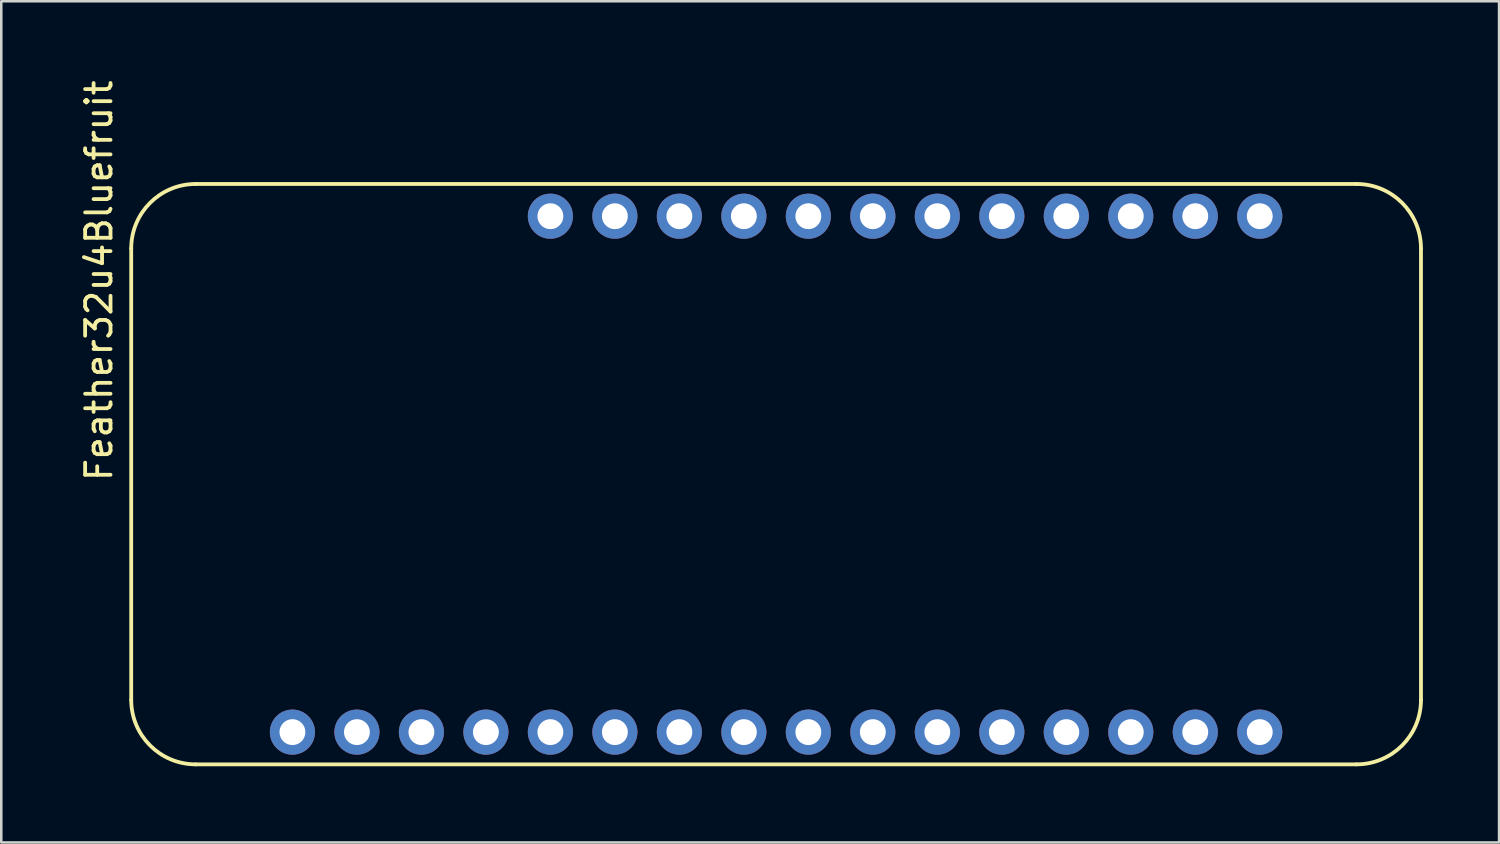
<source format=kicad_pcb>
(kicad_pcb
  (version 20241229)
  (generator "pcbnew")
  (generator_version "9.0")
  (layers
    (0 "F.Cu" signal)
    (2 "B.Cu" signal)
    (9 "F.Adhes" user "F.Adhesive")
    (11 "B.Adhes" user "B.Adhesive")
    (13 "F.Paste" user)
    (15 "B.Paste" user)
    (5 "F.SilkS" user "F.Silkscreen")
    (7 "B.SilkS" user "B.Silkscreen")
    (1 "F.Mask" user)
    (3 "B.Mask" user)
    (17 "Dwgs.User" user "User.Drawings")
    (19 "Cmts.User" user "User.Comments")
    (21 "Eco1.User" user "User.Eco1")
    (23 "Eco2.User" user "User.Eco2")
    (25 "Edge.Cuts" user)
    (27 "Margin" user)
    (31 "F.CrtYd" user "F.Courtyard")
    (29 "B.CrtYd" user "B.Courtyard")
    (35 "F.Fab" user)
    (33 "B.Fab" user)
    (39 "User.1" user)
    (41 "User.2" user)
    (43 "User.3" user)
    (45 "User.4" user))
  (footprint "Feather32u4Bluefruit"
    (layer "F.Cu")
    (at 27.518 15.626)
    (property "Reference" "Feather32u4Bluefruit" (at -26.67 -7.62 90) (layer "F.SilkS") (effects (font (size 1 1) (thickness 0.15))))
    (attr through_hole)
    (fp_line (start -25.4 8.89) (end -25.4 -8.89) (stroke (width 0.15) (type solid)) (layer "F.SilkS"))
    (fp_line (start -22.86 -11.43) (end 22.86 -11.43) (stroke (width 0.15) (type solid)) (layer "F.SilkS"))
    (fp_line (start 22.86 11.43) (end -22.86 11.43) (stroke (width 0.15) (type solid)) (layer "F.SilkS"))
    (fp_line (start 25.4 -8.89) (end 25.4 8.89) (stroke (width 0.15) (type solid)) (layer "F.SilkS"))
    (fp_arc (start -25.4 -8.89) (mid -24.656051 -10.686051) (end -22.86 -11.43) (stroke (width 0.15) (type solid)) (layer "F.SilkS"))
    (fp_arc (start -22.86 11.43) (mid -24.656051 10.686051) (end -25.4 8.89) (stroke (width 0.15) (type solid)) (layer "F.SilkS"))
    (fp_arc (start 22.86 -11.43) (mid 24.656051 -10.686051) (end 25.4 -8.89) (stroke (width 0.15) (type solid)) (layer "F.SilkS"))
    (fp_arc (start 25.4 8.89) (mid 24.656051 10.686051) (end 22.86 11.43) (stroke (width 0.15) (type solid)) (layer "F.SilkS"))
    (fp_line (start -25.4 -3.81) (end -19.05 -3.81) (stroke (width 0.15) (type solid)) (layer "Eco2.User"))
    (fp_line (start -19.05 -3.81) (end -19.05 3.81) (stroke (width 0.15) (type solid)) (layer "Eco2.User"))
    (fp_line (start -19.05 3.81) (end -25.4 3.81) (stroke (width 0.15) (type solid)) (layer "Eco2.User"))
    (fp_line (start -17.272 -11.176) (end -17.272 -9.144) (stroke (width 0.15) (type solid)) (layer "Eco2.User"))
    (fp_line (start -17.272 -9.144) (end -12.192 -9.144) (stroke (width 0.15) (type solid)) (layer "Eco2.User"))
    (fp_line (start -12.192 -11.176) (end -17.272 -11.176) (stroke (width 0.15) (type solid)) (layer "Eco2.User"))
    (fp_line (start -12.192 -9.144) (end -12.192 -11.176) (stroke (width 0.15) (type solid)) (layer "Eco2.User"))
    (fp_circle (center -22.86 -8.89) (end -22.86 -10.795) (stroke (width 0.15) (type solid)) (fill no) (layer "Eco2.User"))
    (fp_circle (center -22.86 8.89) (end -22.86 10.795) (stroke (width 0.15) (type solid)) (fill no) (layer "Eco2.User"))
    (fp_circle (center 22.86 -8.89) (end 22.86 -10.795) (stroke (width 0.15) (type solid)) (fill no) (layer "Eco2.User"))
    (fp_circle (center 22.86 8.89) (end 22.86 10.795) (stroke (width 0.15) (type solid)) (fill no) (layer "Eco2.User"))
    (pad "1" thru_hole circle (at -8.89 -10.16) (size 1.778 1.778) (drill 1.02) (layers "*.Cu" "*.Mask"))
    (pad "2" thru_hole circle (at -6.35 -10.16) (size 1.778 1.778) (drill 1.02) (layers "*.Cu" "*.Mask"))
    (pad "3" thru_hole circle (at -3.81 -10.16) (size 1.778 1.778) (drill 1.02) (layers "*.Cu" "*.Mask"))
    (pad "4" thru_hole circle (at -1.27 -10.16) (size 1.778 1.778) (drill 1.02) (layers "*.Cu" "*.Mask"))
    (pad "5" thru_hole circle (at 1.27 -10.16) (size 1.778 1.778) (drill 1.02) (layers "*.Cu" "*.Mask"))
    (pad "6" thru_hole circle (at 3.81 -10.16) (size 1.778 1.778) (drill 1.02) (layers "*.Cu" "*.Mask"))
    (pad "7" thru_hole circle (at 6.35 -10.16) (size 1.778 1.778) (drill 1.02) (layers "*.Cu" "*.Mask"))
    (pad "8" thru_hole circle (at 8.89 -10.16) (size 1.778 1.778) (drill 1.02) (layers "*.Cu" "*.Mask"))
    (pad "9" thru_hole circle (at 11.43 -10.16) (size 1.778 1.778) (drill 1.02) (layers "*.Cu" "*.Mask"))
    (pad "10" thru_hole circle (at 13.97 -10.16) (size 1.778 1.778) (drill 1.02) (layers "*.Cu" "*.Mask"))
    (pad "11" thru_hole circle (at 16.51 -10.16) (size 1.778 1.778) (drill 1.02) (layers "*.Cu" "*.Mask"))
    (pad "12" thru_hole circle (at 19.05 -10.16) (size 1.778 1.778) (drill 1.02) (layers "*.Cu" "*.Mask"))
    (pad "13" thru_hole circle (at 19.05 10.16) (size 1.778 1.778) (drill 1.02) (layers "*.Cu" "*.Mask"))
    (pad "14" thru_hole circle (at 16.51 10.16) (size 1.778 1.778) (drill 1.02) (layers "*.Cu" "*.Mask"))
    (pad "15" thru_hole circle (at 13.97 10.16) (size 1.778 1.778) (drill 1.02) (layers "*.Cu" "*.Mask"))
    (pad "16" thru_hole circle (at 11.43 10.16) (size 1.778 1.778) (drill 1.02) (layers "*.Cu" "*.Mask"))
    (pad "17" thru_hole circle (at 8.89 10.16) (size 1.778 1.778) (drill 1.02) (layers "*.Cu" "*.Mask"))
    (pad "18" thru_hole circle (at 6.35 10.16) (size 1.778 1.778) (drill 1.02) (layers "*.Cu" "*.Mask"))
    (pad "19" thru_hole circle (at 3.81 10.16) (size 1.778 1.778) (drill 1.02) (layers "*.Cu" "*.Mask"))
    (pad "20" thru_hole circle (at 1.27 10.16) (size 1.778 1.778) (drill 1.02) (layers "*.Cu" "*.Mask"))
    (pad "21" thru_hole circle (at -1.27 10.16) (size 1.778 1.778) (drill 1.02) (layers "*.Cu" "*.Mask"))
    (pad "22" thru_hole circle (at -3.81 10.16) (size 1.778 1.778) (drill 1.02) (layers "*.Cu" "*.Mask"))
    (pad "23" thru_hole circle (at -6.35 10.16) (size 1.778 1.778) (drill 1.02) (layers "*.Cu" "*.Mask"))
    (pad "24" thru_hole circle (at -8.89 10.16) (size 1.778 1.778) (drill 1.02) (layers "*.Cu" "*.Mask"))
    (pad "25" thru_hole circle (at -11.43 10.16) (size 1.778 1.778) (drill 1.02) (layers "*.Cu" "*.Mask"))
    (pad "26" thru_hole circle (at -13.97 10.16) (size 1.778 1.778) (drill 1.02) (layers "*.Cu" "*.Mask"))
    (pad "27" thru_hole circle (at -16.51 10.16) (size 1.778 1.778) (drill 1.02) (layers "*.Cu" "*.Mask"))
    (pad "28" thru_hole circle (at -19.05 10.16) (size 1.778 1.778) (drill 1.02) (layers "*.Cu" "*.Mask")))
  (gr_rect
    (start -3 -3)
    (end 55.993 30.131)
    (stroke (width 0.1) (type default))
    (fill no)
    (layer "Edge.Cuts")))
</source>
